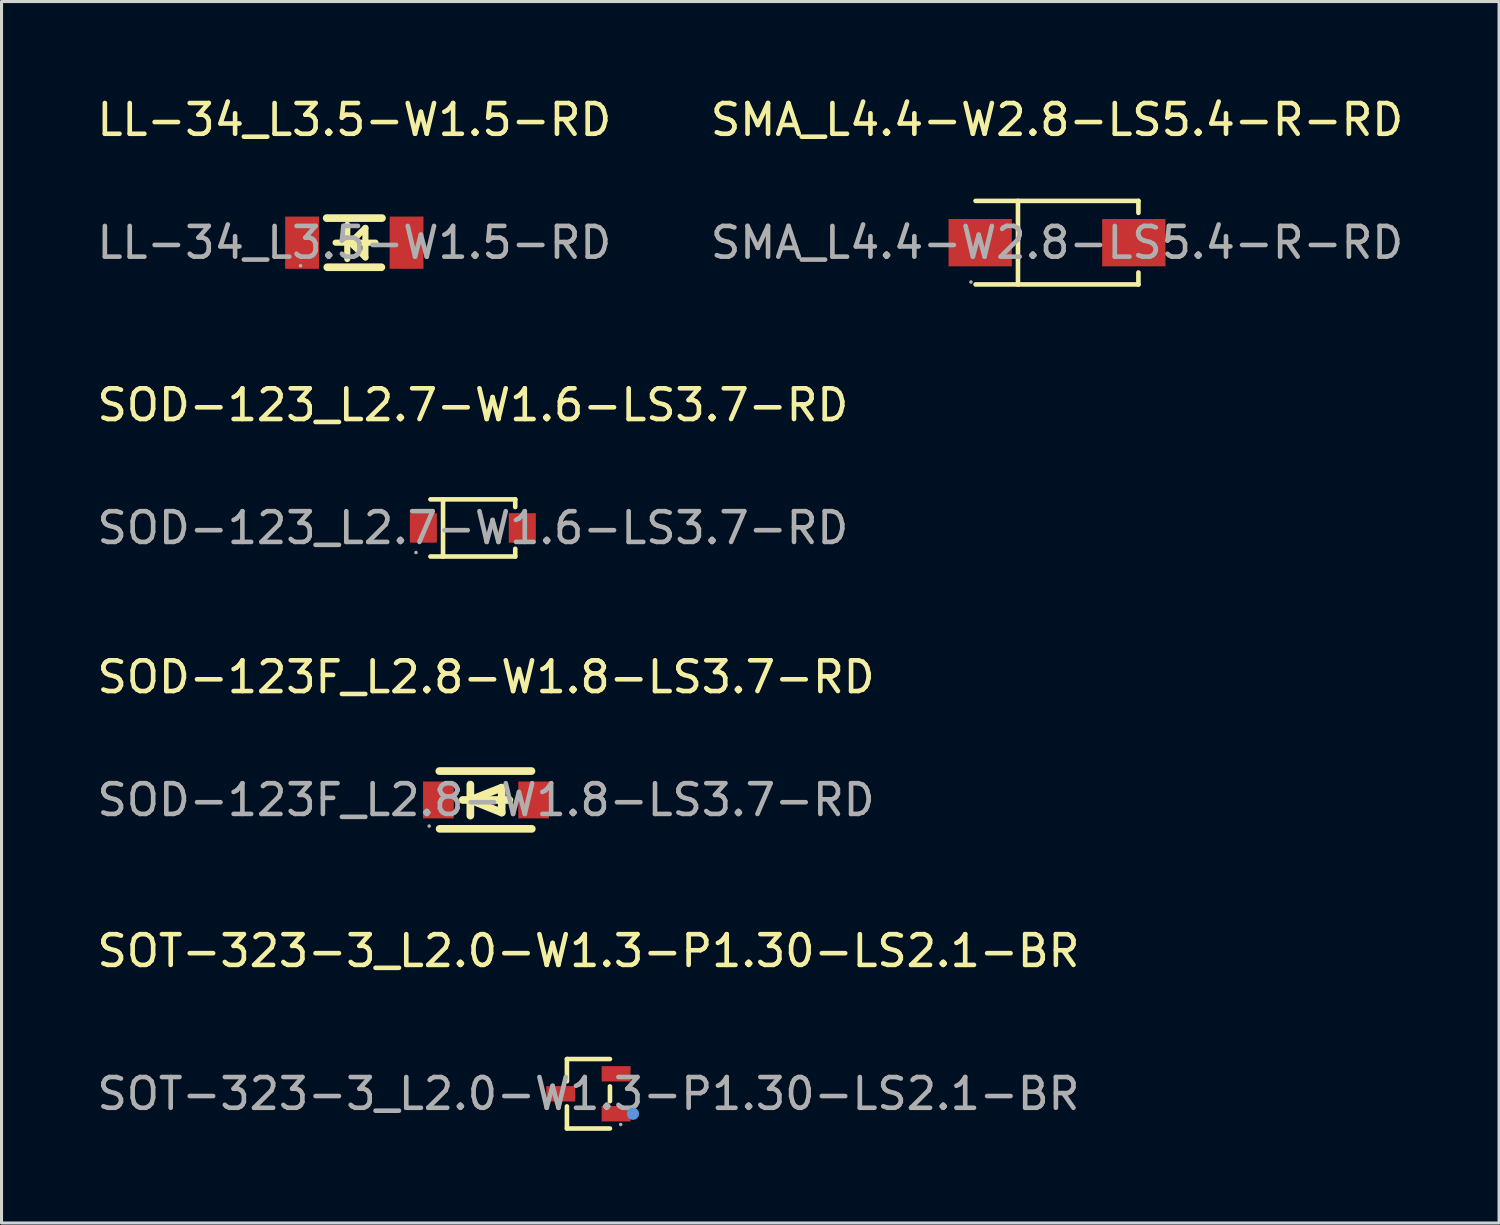
<source format=kicad_pcb>
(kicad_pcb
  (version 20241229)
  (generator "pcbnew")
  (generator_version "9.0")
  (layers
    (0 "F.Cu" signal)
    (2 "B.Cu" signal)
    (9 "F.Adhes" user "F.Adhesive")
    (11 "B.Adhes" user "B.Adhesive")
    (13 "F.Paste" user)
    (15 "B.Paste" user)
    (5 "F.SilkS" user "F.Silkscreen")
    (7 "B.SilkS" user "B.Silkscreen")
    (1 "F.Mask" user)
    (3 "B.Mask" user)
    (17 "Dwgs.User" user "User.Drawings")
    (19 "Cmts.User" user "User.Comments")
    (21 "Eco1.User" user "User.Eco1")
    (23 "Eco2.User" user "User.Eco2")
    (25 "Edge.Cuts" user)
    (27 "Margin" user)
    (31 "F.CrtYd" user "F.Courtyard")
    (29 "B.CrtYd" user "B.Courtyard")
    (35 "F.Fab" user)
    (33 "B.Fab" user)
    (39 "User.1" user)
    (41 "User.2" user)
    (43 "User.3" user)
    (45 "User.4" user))
  (footprint "SOD-123F_L2.8-W1.8-LS3.7-RD"
    (layer "F.Cu")
    (at 12.768 22.985)
    (property "Reference" "SOD-123F_L2.8-W1.8-LS3.7-RD" (at 0 -4 0) (layer "F.SilkS") (effects (font (size 1 1) (thickness 0.15))))
    (attr through_hole)
    (fp_line (start -1.52 -0.94) (end 1.48 -0.94) (stroke (width 0.25) (type solid)) (layer "F.SilkS"))
    (fp_line (start -1.51 0.94) (end 1.49 0.94) (stroke (width 0.25) (type solid)) (layer "F.SilkS"))
    (fp_line (start -0.76 0) (end 0.76 0) (stroke (width 0.25) (type solid)) (layer "F.SilkS"))
    (fp_line (start -0.51 -0.5) (end -0.51 0.51) (stroke (width 0.25) (type solid)) (layer "F.SilkS"))
    (fp_line (start -0.51 0) (end 0.51 -0.4) (stroke (width 0.25) (type solid)) (layer "F.SilkS"))
    (fp_line (start 0.51 -0.4) (end 0.51 0.41) (stroke (width 0.25) (type solid)) (layer "F.SilkS"))
    (fp_line (start 0.51 0.41) (end -0.51 0) (stroke (width 0.25) (type solid)) (layer "F.SilkS"))
    (fp_circle (center -1.85 0.85) (end -1.82 0.85) (stroke (width 0.06) (type solid)) (fill no) (layer "F.Fab"))
    (fp_text user "${REFERENCE}" (at 0 0 0) (layer "F.Fab") (effects (font (size 1 1) (thickness 0.15))))
    (pad "1" smd rect (at -1.55 0) (size 1 1.2) (layers "F.Cu" "F.Mask" "F.Paste"))
    (pad "2" smd rect (at 1.55 0) (size 1 1.2) (layers "F.Cu" "F.Mask" "F.Paste")))
  (footprint "LL-34_L3.5-W1.5-RD"
    (layer "F.Cu")
    (at 8.482 4.848)
    (property "Reference" "LL-34_L3.5-W1.5-RD" (at 0 -4 0) (layer "F.SilkS") (effects (font (size 1 1) (thickness 0.15))))
    (attr through_hole)
    (fp_line (start -0.9 -0.8) (end 0.9 -0.8) (stroke (width 0.25) (type solid)) (layer "F.SilkS"))
    (fp_line (start -0.88 0.8) (end 0.88 0.8) (stroke (width 0.25) (type solid)) (layer "F.SilkS"))
    (fp_line (start -0.61 0) (end 0.69 0) (stroke (width 0.2) (type solid)) (layer "F.SilkS"))
    (fp_line (start -0.23 -0.58) (end -0.23 0.53) (stroke (width 0.2) (type solid)) (layer "F.SilkS"))
    (fp_line (start -0.13 0) (end 0.36 -0.48) (stroke (width 0.2) (type solid)) (layer "F.SilkS"))
    (fp_line (start 0.36 -0.48) (end 0.36 0.48) (stroke (width 0.2) (type solid)) (layer "F.SilkS"))
    (fp_line (start 0.36 0.48) (end -0.1 0.03) (stroke (width 0.2) (type solid)) (layer "F.SilkS"))
    (fp_circle (center -1.75 0.75) (end -1.72 0.75) (stroke (width 0.06) (type solid)) (fill no) (layer "F.Fab"))
    (fp_text user "${REFERENCE}" (at 0 0 0) (layer "F.Fab") (effects (font (size 1 1) (thickness 0.15))))
    (pad "1" smd rect (at -1.7 0 180) (size 1.1 1.7) (layers "F.Cu" "F.Mask" "F.Paste"))
    (pad "2" smd rect (at 1.7 0 180) (size 1.1 1.7) (layers "F.Cu" "F.Mask" "F.Paste")))
  (footprint "SOD-123_L2.7-W1.6-LS3.7-RD"
    (layer "F.Cu")
    (at 12.339 14.132)
    (property "Reference" "SOD-123_L2.7-W1.6-LS3.7-RD" (at 0 -4 0) (layer "F.SilkS") (effects (font (size 1 1) (thickness 0.15))))
    (attr through_hole)
    (fp_line (start -1.38 -0.93) (end 1.38 -0.93) (stroke (width 0.15) (type solid)) (layer "F.SilkS"))
    (fp_line (start -1.38 0.93) (end 1.38 0.93) (stroke (width 0.15) (type solid)) (layer "F.SilkS"))
    (fp_line (start -0.97 -0.93) (end -0.97 0.93) (stroke (width 0.15) (type solid)) (layer "F.SilkS"))
    (fp_line (start 1.38 -0.93) (end 1.38 -0.68) (stroke (width 0.15) (type solid)) (layer "F.SilkS"))
    (fp_line (start 1.38 0.93) (end 1.38 0.68) (stroke (width 0.15) (type solid)) (layer "F.SilkS"))
    (fp_circle (center -1.85 0.8) (end -1.82 0.8) (stroke (width 0.06) (type solid)) (fill no) (layer "F.Fab"))
    (fp_text user "${REFERENCE}" (at 0 0 0) (layer "F.Fab") (effects (font (size 1 1) (thickness 0.15))))
    (pad "1" smd rect (at -1.61 0) (size 0.88 0.96) (layers "F.Cu" "F.Mask" "F.Paste"))
    (pad "2" smd rect (at 1.61 0) (size 0.88 0.96) (layers "F.Cu" "F.Mask" "F.Paste")))
  (footprint "SMA_L4.4-W2.8-LS5.4-R-RD"
    (layer "F.Cu")
    (at 31.351 4.848)
    (property "Reference" "SMA_L4.4-W2.8-LS5.4-R-RD" (at 0 -4 0) (layer "F.SilkS") (effects (font (size 1 1) (thickness 0.15))))
    (attr through_hole)
    (fp_line (start -2.65 -1.36) (end 2.65 -1.36) (stroke (width 0.15) (type solid)) (layer "F.SilkS"))
    (fp_line (start -2.65 1.36) (end 2.65 1.36) (stroke (width 0.15) (type solid)) (layer "F.SilkS"))
    (fp_line (start -1.27 -1.36) (end -1.27 1.36) (stroke (width 0.15) (type solid)) (layer "F.SilkS"))
    (fp_line (start 2.65 -1.36) (end 2.65 -0.97) (stroke (width 0.15) (type solid)) (layer "F.SilkS"))
    (fp_line (start 2.65 1.36) (end 2.65 0.97) (stroke (width 0.15) (type solid)) (layer "F.SilkS"))
    (fp_circle (center -2.8 1.28) (end -2.77 1.28) (stroke (width 0.06) (type solid)) (fill no) (layer "F.Fab"))
    (fp_text user "${REFERENCE}" (at 0 0 0) (layer "F.Fab") (effects (font (size 1 1) (thickness 0.15))))
    (pad "1" smd rect (at 2.5 0) (size 2.06 1.54) (layers "F.Cu" "F.Mask" "F.Paste"))
    (pad "2" smd rect (at -2.5 0) (size 2.06 1.54) (layers "F.Cu" "F.Mask" "F.Paste")))
  (footprint "SOT-323-3_L2.0-W1.3-P1.30-LS2.1-BR"
    (layer "F.Cu")
    (at 16.101 32.548)
    (property "Reference" "SOT-323-3_L2.0-W1.3-P1.30-LS2.1-BR" (at 0 -4.65 0) (layer "F.SilkS") (effects (font (size 1 1) (thickness 0.15))))
    (attr through_hole)
    (fp_line (start -0.7 -1.13) (end -0.7 -0.41) (stroke (width 0.15) (type solid)) (layer "F.SilkS"))
    (fp_line (start -0.7 1.13) (end -0.7 0.41) (stroke (width 0.15) (type solid)) (layer "F.SilkS"))
    (fp_line (start 0.7 -1.13) (end -0.7 -1.13) (stroke (width 0.15) (type solid)) (layer "F.SilkS"))
    (fp_line (start 0.7 -0.24) (end 0.7 0.24) (stroke (width 0.15) (type solid)) (layer "F.SilkS"))
    (fp_line (start 0.7 1.13) (end -0.7 1.13) (stroke (width 0.15) (type solid)) (layer "F.SilkS"))
    (fp_circle (center 1.45 0.65) (end 1.55 0.65) (stroke (width 0.2) (type solid)) (fill no) (layer "Cmts.User"))
    (fp_circle (center 1.05 1) (end 1.08 1) (stroke (width 0.06) (type solid)) (fill no) (layer "F.Fab"))
    (fp_text user "${REFERENCE}" (at 0 0 0) (layer "F.Fab") (effects (font (size 1 1) (thickness 0.15))))
    (pad "1" smd rect (at 0.9 0.65) (size 0.94 0.5) (layers "F.Cu" "F.Mask" "F.Paste"))
    (pad "2" smd rect (at 0.9 -0.65) (size 0.94 0.5) (layers "F.Cu" "F.Mask" "F.Paste"))
    (pad "3" smd rect (at -0.9 0) (size 0.94 0.5) (layers "F.Cu" "F.Mask" "F.Paste")))
  (gr_rect
    (start -3 -3)
    (end 45.738 36.753)
    (stroke (width 0.1) (type default))
    (fill no)
    (layer "Edge.Cuts")))
</source>
